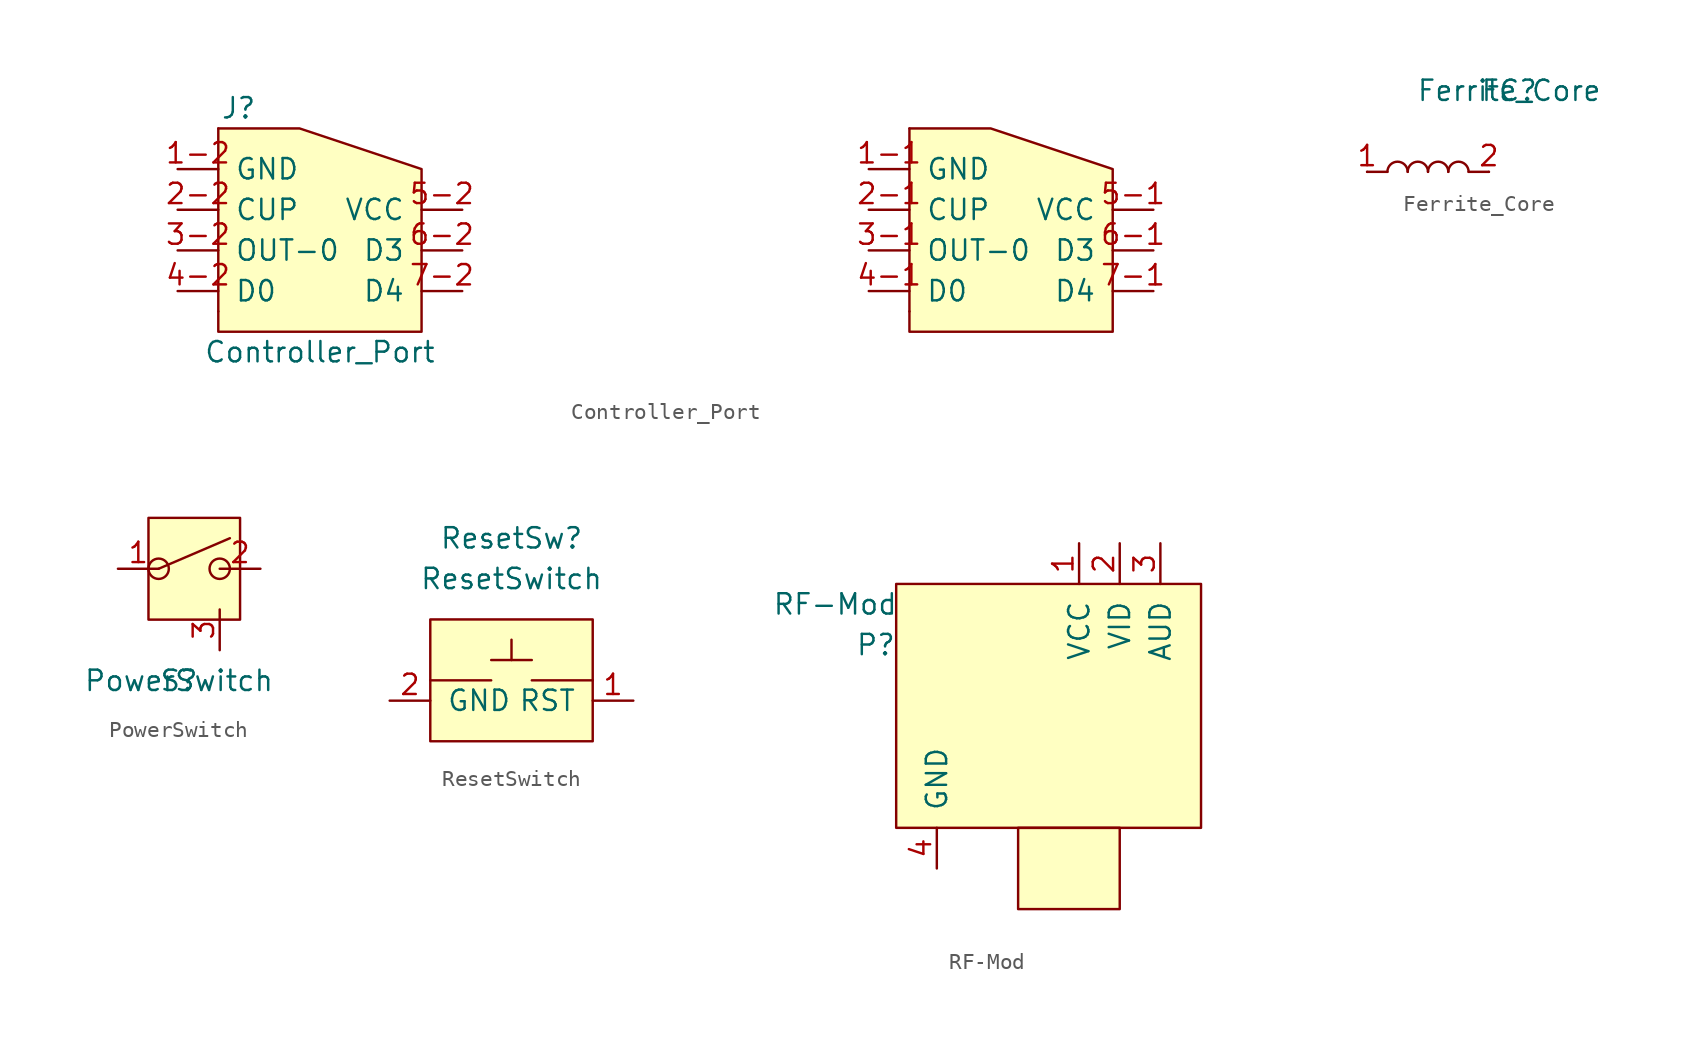
<source format=kicad_sym>
(kicad_symbol_lib
  (version 20231120)
  (generator "kicad_symbol_editor")
  (generator_version "8.0")
  (symbol "Controller_Port"
    (pin_names
      (offset 1.016))
    (property "Reference" "J"
      (at -5.08 8.89 0)
      (effects (font (size 1.27 1.27))))
    (property "Value" "Controller_Port"
      (at 0 -6.35 0)
      (effects (font (size 1.27 1.27))))
    (symbol "Controller_Port_0_1"
      (polyline (pts (xy -6.35 7.62) (xy -6.35 -3.81)) (stroke (width 0) (type solid)) (fill (type none)))
      (polyline (pts (xy -6.35 7.62) (xy -1.27 7.62) (xy 6.35 5.08) (xy 6.35 -5.08) (xy -6.35 -5.08) (xy -6.35 -3.81)) (stroke (width 0) (type solid)) (fill (type background))))
    (symbol "Controller_Port_1_1"
      (polyline (pts (xy 36.83 7.62) (xy 36.83 -3.81)) (stroke (width 0) (type solid)) (fill (type none)))
      (polyline (pts (xy 36.83 7.62) (xy 41.91 7.62) (xy 49.53 5.08) (xy 49.53 -5.08) (xy 36.83 -5.08) (xy 36.83 -3.81)) (stroke (width 0) (type solid)) (fill (type background)))
      (pin passive line (at 34.29 5.08 0) (length 2.54) (name "GND" (effects (font (size 1.27 1.27)))) (number "1-1" (effects (font (size 1.27 1.27)))))
      (pin passive line (at -8.89 5.08 0) (length 2.54) (name "GND" (effects (font (size 1.27 1.27)))) (number "1-2" (effects (font (size 1.27 1.27)))))
      (pin output line (at 34.29 2.54 0) (length 2.54) (name "CUP" (effects (font (size 1.27 1.27)))) (number "2-1" (effects (font (size 1.27 1.27)))))
      (pin output line (at -8.89 2.54 0) (length 2.54) (name "CUP" (effects (font (size 1.27 1.27)))) (number "2-2" (effects (font (size 1.27 1.27)))))
      (pin output line (at 34.29 0 0) (length 2.54) (name "OUT-0" (effects (font (size 1.27 1.27)))) (number "3-1" (effects (font (size 1.27 1.27)))))
      (pin output line (at -8.89 0 0) (length 2.54) (name "OUT-0" (effects (font (size 1.27 1.27)))) (number "3-2" (effects (font (size 1.27 1.27)))))
      (pin input line (at 34.29 -2.54 0) (length 2.54) (name "D0" (effects (font (size 1.27 1.27)))) (number "4-1" (effects (font (size 1.27 1.27)))))
      (pin input line (at -8.89 -2.54 0) (length 2.54) (name "D0" (effects (font (size 1.27 1.27)))) (number "4-2" (effects (font (size 1.27 1.27)))))
      (pin passive line (at 52.07 2.54 180) (length 2.54) (name "VCC" (effects (font (size 1.27 1.27)))) (number "5-1" (effects (font (size 1.27 1.27)))))
      (pin passive line (at 8.89 2.54 180) (length 2.54) (name "VCC" (effects (font (size 1.27 1.27)))) (number "5-2" (effects (font (size 1.27 1.27)))))
      (pin input line (at 52.07 0 180) (length 2.54) (name "D3" (effects (font (size 1.27 1.27)))) (number "6-1" (effects (font (size 1.27 1.27)))))
      (pin input line (at 8.89 0 180) (length 2.54) (name "D3" (effects (font (size 1.27 1.27)))) (number "6-2" (effects (font (size 1.27 1.27)))))
      (pin input line (at 52.07 -2.54 180) (length 2.54) (name "D4" (effects (font (size 1.27 1.27)))) (number "7-1" (effects (font (size 1.27 1.27)))))
      (pin input line (at 8.89 -2.54 180) (length 2.54) (name "D4" (effects (font (size 1.27 1.27)))) (number "7-2" (effects (font (size 1.27 1.27)))))))
  (symbol "Ferrite_Core"
    (pin_names
      (offset 1.016))
    (property "Reference" "FC"
      (at 0 0 0)
      (effects (font (size 1.27 1.27))))
    (property "Value" "Ferrite_Core"
      (at 0 0 0)
      (effects (font (size 1.27 1.27))))
    (symbol "Ferrite_Core_0_1"
      (arc (start -6.35 -5.08) (mid -6.985 -4.445) (end -7.62 -5.08) (stroke (width 0) (type solid)) (fill (type none)))
      (arc (start -5.08 -5.08) (mid -5.715 -4.445) (end -6.35 -5.08) (stroke (width 0) (type solid)) (fill (type none)))
      (arc (start -3.81 -5.08) (mid -4.445 -4.445) (end -5.08 -5.08) (stroke (width 0) (type solid)) (fill (type none)))
      (arc (start -2.54 -5.08) (mid -3.175 -4.445) (end -3.81 -5.08) (stroke (width 0) (type solid)) (fill (type none)))
      (polyline (pts (xy -7.62 -5.08) (xy -8.89 -5.08)) (stroke (width 0) (type solid)) (fill (type none)))
      (polyline (pts (xy -2.54 -5.08) (xy -1.27 -5.08)) (stroke (width 0) (type solid)) (fill (type none))))
    (symbol "Ferrite_Core_1_1"
      (pin input line (at -8.89 -5.08 0) (length 0) (name "~" (effects (font (size 1.27 1.27)))) (number "1" (effects (font (size 1.27 1.27)))))
      (pin output line (at -1.27 -5.08 0) (length 0) (name "~" (effects (font (size 1.27 1.27)))) (number "2" (effects (font (size 1.27 1.27)))))))
  (symbol "PowerSwitch"
    (pin_names
      (offset 1.016))
    (property "Reference" "S"
      (at -40.64 -12.065 0)
      (effects (font (size 1.27 1.27))))
    (property "Value" "PowerSwitch"
      (at -40.64 -12.065 0)
      (effects (font (size 1.27 1.27))))
    (symbol "PowerSwitch_0_1"
      (rectangle (start -42.545 -1.905) (end -36.83 -8.255) (stroke (width 0) (type solid)) (fill (type background)))
      (circle (center -41.91 -5.08) (radius 0.635) (stroke (width 0) (type solid)) (fill (type none)))
      (circle (center -38.1 -5.08) (radius 0.635) (stroke (width 0) (type solid)) (fill (type none)))
      (polyline (pts (xy -41.91 -5.08) (xy -37.465 -3.175)) (stroke (width 0) (type solid)) (fill (type background))))
    (symbol "PowerSwitch_1_1"
      (pin input line (at -44.45 -5.08 0) (length 2.54) (name "~" (effects (font (size 1.27 1.27)))) (number "1" (effects (font (size 1.27 1.27)))))
      (pin input line (at -35.56 -5.08 180) (length 2.54) (name "~" (effects (font (size 1.27 1.27)))) (number "2" (effects (font (size 1.27 1.27)))))
      (pin input line (at -38.1 -10.16 90) (length 2.54) (name "~" (effects (font (size 1.27 1.27)))) (number "3" (effects (font (size 1.27 1.27)))))))
  (symbol "ResetSwitch"
    (pin_names
      (offset 1.016))
    (property "Reference" "ResetSw"
      (at 0 2.54 0)
      (effects (font (size 1.27 1.27))))
    (property "Value" "ResetSwitch"
      (at 0 0 0)
      (effects (font (size 1.27 1.27))))
    (symbol "ResetSwitch_0_1"
      (rectangle (start -5.08 -2.54) (end 5.08 -10.16) (stroke (width 0) (type solid)) (fill (type background)))
      (polyline (pts (xy -5.08 -6.35) (xy -1.27 -6.35)) (stroke (width 0) (type solid)) (fill (type none)))
      (polyline (pts (xy -1.27 -5.08) (xy 1.27 -5.08)) (stroke (width 0) (type solid)) (fill (type none)))
      (polyline (pts (xy 0 -5.08) (xy 0 -3.81)) (stroke (width 0) (type solid)) (fill (type none)))
      (polyline (pts (xy 5.08 -6.35) (xy 1.27 -6.35)) (stroke (width 0) (type solid)) (fill (type none))))
    (symbol "ResetSwitch_1_1"
      (pin passive line (at 7.62 -7.62 180) (length 2.54) (name "RST" (effects (font (size 1.27 1.27)))) (number "1" (effects (font (size 1.27 1.27)))))
      (pin passive line (at -7.62 -7.62 0) (length 2.54) (name "GND" (effects (font (size 1.27 1.27)))) (number "2" (effects (font (size 1.27 1.27)))))))
  (symbol "RF-Mod"
    (pin_names
      (offset 1.016))
    (property "Reference" "P"
      (at -6.35 1.27 0)
      (effects (font (size 1.27 1.27))))
    (property "Value" "RF-Mod"
      (at -8.89 3.81 0)
      (effects (font (size 1.27 1.27))))
    (symbol "RF-Mod_0_1"
      (rectangle (start -5.08 5.08) (end 13.97 -10.16) (stroke (width 0) (type solid)) (fill (type background)))
      (rectangle (start 2.54 -10.16) (end 8.89 -15.24) (stroke (width 0) (type solid)) (fill (type background))))
    (symbol "RF-Mod_1_1"
      (pin power_in line (at 6.35 7.62 270) (length 2.54) (name "VCC" (effects (font (size 1.27 1.27)))) (number "1" (effects (font (size 1.27 1.27)))))
      (pin output line (at 8.89 7.62 270) (length 2.54) (name "VID" (effects (font (size 1.27 1.27)))) (number "2" (effects (font (size 1.27 1.27)))))
      (pin output line (at 11.43 7.62 270) (length 2.54) (name "AUD" (effects (font (size 1.27 1.27)))) (number "3" (effects (font (size 1.27 1.27)))))
      (pin passive line (at -2.54 -12.7 90) (length 2.54) (name "GND" (effects (font (size 1.27 1.27)))) (number "4" (effects (font (size 1.27 1.27))))))))
</source>
